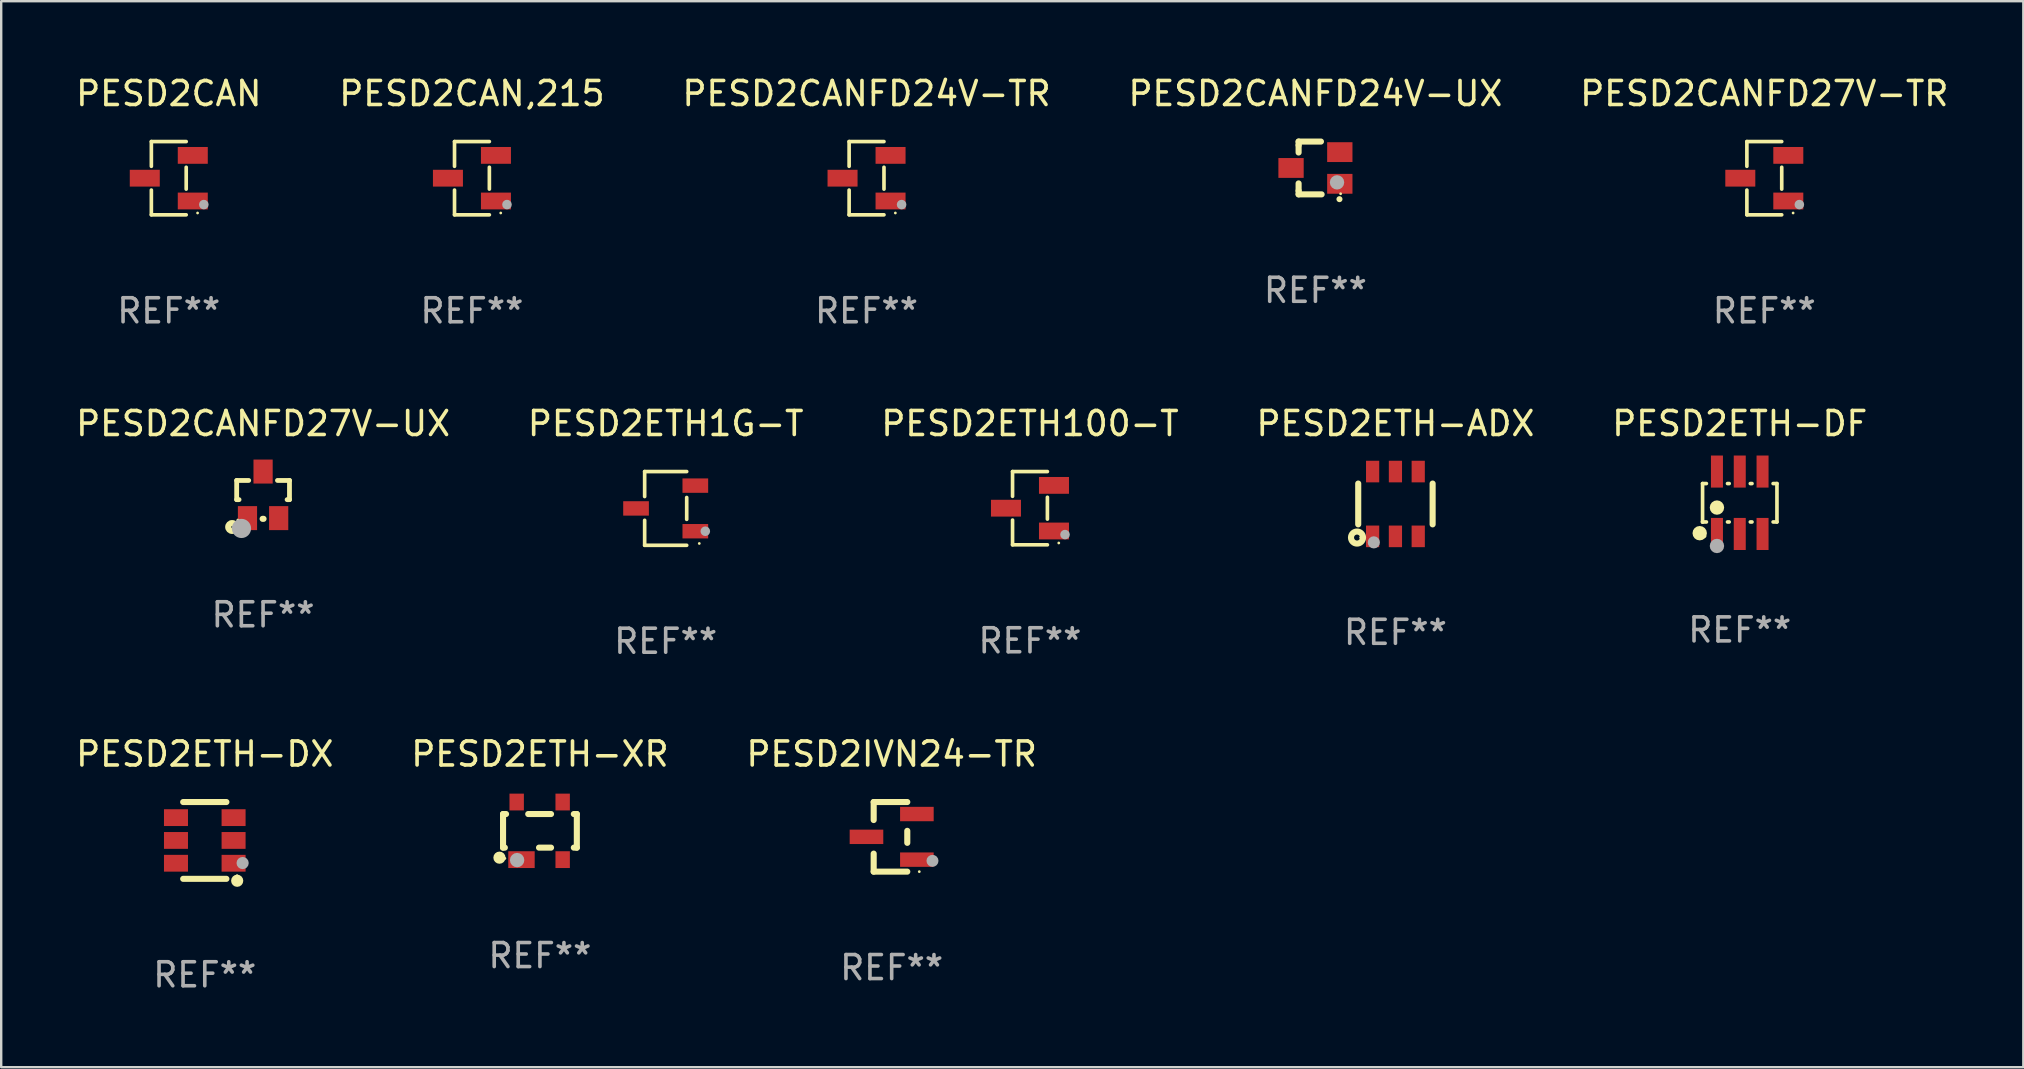
<source format=kicad_pcb>
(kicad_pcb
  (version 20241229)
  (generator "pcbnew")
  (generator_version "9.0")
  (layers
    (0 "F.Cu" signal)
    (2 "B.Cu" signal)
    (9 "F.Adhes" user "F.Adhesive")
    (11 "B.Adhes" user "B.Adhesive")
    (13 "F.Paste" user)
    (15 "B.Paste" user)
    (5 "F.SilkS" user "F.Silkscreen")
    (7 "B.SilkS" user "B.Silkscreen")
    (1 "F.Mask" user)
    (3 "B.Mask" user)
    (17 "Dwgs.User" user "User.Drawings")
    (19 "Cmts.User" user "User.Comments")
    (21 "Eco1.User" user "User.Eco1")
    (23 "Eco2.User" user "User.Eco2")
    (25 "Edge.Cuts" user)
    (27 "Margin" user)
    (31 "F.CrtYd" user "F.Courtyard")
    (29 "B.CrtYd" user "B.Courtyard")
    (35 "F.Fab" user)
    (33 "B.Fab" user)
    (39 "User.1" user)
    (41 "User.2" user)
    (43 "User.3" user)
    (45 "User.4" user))
  (footprint "PESD2CANFD27V-UX"
    (layer "F.Cu")
    (at 7.911 17.582)
    (property "Reference" "PESD2CANFD27V-UX" (at 0 -2.985 0) (layer "F.SilkS") (effects (font (size 1 1) (thickness 0.15))))
    (attr through_hole)
    (fp_line (start -1.1 -0.615) (end -0.599 -0.615) (stroke (width 0.2) (type solid)) (layer "F.SilkS"))
    (fp_line (start -1.1 0.185) (end -1.1 -0.615) (stroke (width 0.2) (type solid)) (layer "F.SilkS"))
    (fp_line (start -1.001 0.185) (end -1.1 0.185) (stroke (width 0.2) (type solid)) (layer "F.SilkS"))
    (fp_line (start -0.019 0.985) (end 0.019 0.985) (stroke (width 0.254) (type solid)) (layer "F.SilkS"))
    (fp_line (start 1.001 0.185) (end 1.1 0.185) (stroke (width 0.2) (type solid)) (layer "F.SilkS"))
    (fp_line (start 1.1 -0.615) (end 0.599 -0.615) (stroke (width 0.2) (type solid)) (layer "F.SilkS"))
    (fp_line (start 1.1 0.185) (end 1.1 -0.615) (stroke (width 0.2) (type solid)) (layer "F.SilkS"))
    (fp_circle (center -1.29 1.325) (end -1.254 1.325) (stroke (width 0.254) (type solid)) (fill no) (layer "F.SilkS"))
    (fp_circle (center -1.05 1.035) (end -1.02 1.035) (stroke (width 0.06) (type solid)) (fill no) (layer "F.SilkS"))
    (fp_circle (center -0.9 1.385) (end -0.7 1.385) (stroke (width 0.4) (type solid)) (fill no) (layer "F.Fab"))
    (fp_text user "REF**" (at 0 4.985 0) (layer "F.Fab") (effects (font (size 1 1) (thickness 0.15))))
    (pad "1" smd rect (at -0.65 0.955) (size 0.8 1) (layers "F.Cu" "F.Mask" "F.Paste"))
    (pad "2" smd rect (at 0.65 0.955) (size 0.8 1) (layers "F.Cu" "F.Mask" "F.Paste"))
    (pad "3" smd rect (at 0.000254 -0.985) (size 0.8 1) (layers "F.Cu" "F.Mask" "F.Paste")))
  (footprint "PESD2ETH-ADX"
    (layer "F.Cu")
    (at 55.089 17.947)
    (property "Reference" "PESD2ETH-ADX" (at 0 -3.35 0) (layer "F.SilkS") (effects (font (size 1 1) (thickness 0.15))))
    (attr through_hole)
    (fp_line (start -1.55 0.85) (end -1.55 -0.85) (stroke (width 0.254) (type solid)) (layer "F.SilkS"))
    (fp_line (start 1.55 -0.85) (end 1.55 0.85) (stroke (width 0.254) (type solid)) (layer "F.SilkS"))
    (fp_circle (center -1.6 1.4) (end -1.476 1.4) (stroke (width 0.254) (type solid)) (fill no) (layer "F.SilkS"))
    (fp_circle (center -1.45 1.4) (end -1.42 1.4) (stroke (width 0.06) (type solid)) (fill no) (layer "F.SilkS"))
    (fp_circle (center -0.9 1.6) (end -0.773 1.6) (stroke (width 0.254) (type solid)) (fill no) (layer "F.Fab"))
    (fp_text user "REF**" (at 0 5.35 0) (layer "F.Fab") (effects (font (size 1 1) (thickness 0.15))))
    (pad "1" smd rect (at -0.95 1.35) (size 0.551 0.9) (layers "F.Cu" "F.Mask" "F.Paste"))
    (pad "2" smd rect (at 0.000127 1.35) (size 0.551 0.9) (layers "F.Cu" "F.Mask" "F.Paste"))
    (pad "3" smd rect (at 0.95 1.35) (size 0.551 0.9) (layers "F.Cu" "F.Mask" "F.Paste"))
    (pad "4" smd rect (at 0.95 -1.35) (size 0.55 0.9) (layers "F.Cu" "F.Mask" "F.Paste"))
    (pad "5" smd rect (at 0.000127 -1.35) (size 0.55 0.9) (layers "F.Cu" "F.Mask" "F.Paste"))
    (pad "6" smd rect (at -0.95 -1.35) (size 0.55 0.9) (layers "F.Cu" "F.Mask" "F.Paste")))
  (footprint "PESD2ETH1G-T"
    (layer "F.Cu")
    (at 24.685 18.133)
    (property "Reference" "PESD2ETH1G-T" (at 0 -3.536 0) (layer "F.SilkS") (effects (font (size 1 1) (thickness 0.15))))
    (attr through_hole)
    (fp_line (start -0.876 -1.536) (end -0.876 -0.495) (stroke (width 0.152) (type solid)) (layer "F.SilkS"))
    (fp_line (start -0.876 1.536) (end -0.876 0.495) (stroke (width 0.152) (type solid)) (layer "F.SilkS"))
    (fp_line (start 0.876 -1.536) (end -0.876 -1.536) (stroke (width 0.152) (type solid)) (layer "F.SilkS"))
    (fp_line (start 0.876 -0.455) (end 0.876 0.455) (stroke (width 0.152) (type solid)) (layer "F.SilkS"))
    (fp_line (start 0.876 1.536) (end -0.876 1.536) (stroke (width 0.152) (type solid)) (layer "F.SilkS"))
    (fp_circle (center 1.4 1.46) (end 1.43 1.46) (stroke (width 0.06) (type solid)) (fill no) (layer "F.SilkS"))
    (fp_circle (center 1.651 0.95) (end 1.751 0.95) (stroke (width 0.2) (type solid)) (fill no) (layer "F.Fab"))
    (fp_text user "REF**" (at 0 5.536 0) (layer "F.Fab") (effects (font (size 1 1) (thickness 0.15))))
    (pad "1" smd rect (at 1.235 0.95) (size 1.07 0.6) (layers "F.Cu" "F.Mask" "F.Paste"))
    (pad "2" smd rect (at 1.235 -0.95) (size 1.07 0.6) (layers "F.Cu" "F.Mask" "F.Paste"))
    (pad "3" smd rect (at -1.235 0) (size 1.07 0.6) (layers "F.Cu" "F.Mask" "F.Paste")))
  (footprint "PESD2ETH-DF"
    (layer "F.Cu")
    (at 69.435 17.897)
    (property "Reference" "PESD2ETH-DF" (at 0 -3.3 0) (layer "F.SilkS") (effects (font (size 1 1) (thickness 0.15))))
    (attr through_hole)
    (fp_line (start -1.55 -0.8) (end -1.39 -0.8) (stroke (width 0.152) (type solid)) (layer "F.SilkS"))
    (fp_line (start -1.549 0.8) (end -1.549 -0.8) (stroke (width 0.152) (type solid)) (layer "F.SilkS"))
    (fp_line (start -1.549 0.8) (end -1.549 0.8) (stroke (width 0.152) (type solid)) (layer "F.SilkS"))
    (fp_line (start -1.389 0.8) (end -1.549 0.8) (stroke (width 0.152) (type solid)) (layer "F.SilkS"))
    (fp_line (start -0.51 -0.8) (end -0.44 -0.8) (stroke (width 0.152) (type solid)) (layer "F.SilkS"))
    (fp_line (start -0.44 0.8) (end -0.51 0.8) (stroke (width 0.152) (type solid)) (layer "F.SilkS"))
    (fp_line (start 0.44 -0.8) (end 0.51 -0.8) (stroke (width 0.152) (type solid)) (layer "F.SilkS"))
    (fp_line (start 0.51 0.8) (end 0.44 0.8) (stroke (width 0.152) (type solid)) (layer "F.SilkS"))
    (fp_line (start 1.39 -0.8) (end 1.55 -0.8) (stroke (width 0.152) (type solid)) (layer "F.SilkS"))
    (fp_line (start 1.55 -0.8) (end 1.55 0.8) (stroke (width 0.152) (type solid)) (layer "F.SilkS"))
    (fp_line (start 1.55 0.8) (end 1.39 0.8) (stroke (width 0.152) (type solid)) (layer "F.SilkS"))
    (fp_circle (center -1.668 1.268) (end -1.518 1.268) (stroke (width 0.3) (type solid)) (fill no) (layer "F.SilkS"))
    (fp_circle (center -1.45 1.4) (end -1.42 1.4) (stroke (width 0.06) (type solid)) (fill no) (layer "F.SilkS"))
    (fp_circle (center -0.95 0.2) (end -0.8 0.2) (stroke (width 0.3) (type solid)) (fill no) (layer "F.SilkS"))
    (fp_circle (center -0.95 1.8) (end -0.8 1.8) (stroke (width 0.3) (type solid)) (fill no) (layer "F.Fab"))
    (fp_text user "REF**" (at 0 5.3 0) (layer "F.Fab") (effects (font (size 1 1) (thickness 0.15))))
    (pad "1" smd rect (at -0.95 1.3) (size 0.5 1.336) (layers "F.Cu" "F.Mask" "F.Paste"))
    (pad "2" smd rect (at -0.000013 1.3) (size 0.5 1.336) (layers "F.Cu" "F.Mask" "F.Paste"))
    (pad "3" smd rect (at 0.95 1.3) (size 0.5 1.336) (layers "F.Cu" "F.Mask" "F.Paste"))
    (pad "4" smd rect (at 0.95 -1.3) (size 0.5 1.336) (layers "F.Cu" "F.Mask" "F.Paste"))
    (pad "5" smd rect (at -0.000013 -1.3) (size 0.5 1.336) (layers "F.Cu" "F.Mask" "F.Paste"))
    (pad "6" smd rect (at -0.95 -1.3) (size 0.5 1.336) (layers "F.Cu" "F.Mask" "F.Paste")))
  (footprint "PESD2CANFD24V-UX"
    (layer "F.Cu")
    (at 51.756 3.948)
    (property "Reference" "PESD2CANFD24V-UX" (at 0 -3.1 0) (layer "F.SilkS") (effects (font (size 1 1) (thickness 0.15))))
    (attr through_hole)
    (fp_line (start -0.701 -0.95) (end -0.701 -1.1) (stroke (width 0.254) (type solid)) (layer "F.SilkS"))
    (fp_line (start -0.701 -0.644) (end -0.701 -0.95) (stroke (width 0.254) (type solid)) (layer "F.SilkS"))
    (fp_line (start -0.701 0.95) (end -0.701 0.644) (stroke (width 0.254) (type solid)) (layer "F.SilkS"))
    (fp_line (start -0.701 0.95) (end -0.701 1.1) (stroke (width 0.254) (type solid)) (layer "F.SilkS"))
    (fp_line (start -0.7 -1.1) (end 0.23 -1.1) (stroke (width 0.254) (type solid)) (layer "F.SilkS"))
    (fp_line (start -0.7 1.1) (end 0.258 1.1) (stroke (width 0.254) (type solid)) (layer "F.SilkS"))
    (fp_arc (start 1 1.3) (mid 1.00127 1.299994) (end 1.00254 1.3) (stroke (width 0.24892) (type solid)) (layer "F.SilkS"))
    (fp_circle (center 1.05 1.075) (end 1.08 1.075) (stroke (width 0.06) (type solid)) (fill no) (layer "F.SilkS"))
    (fp_circle (center 0.9 0.6) (end 1.05 0.6) (stroke (width 0.3) (type solid)) (fill no) (layer "F.Fab"))
    (fp_text user "REF**" (at 0 5.1 0) (layer "F.Fab") (effects (font (size 1 1) (thickness 0.15))))
    (pad "1" smd rect (at 1.016 0.66) (size 1.054 0.826) (layers "F.Cu" "F.Mask" "F.Paste"))
    (pad "2" smd rect (at 1.016 -0.66) (size 1.054 0.826) (layers "F.Cu" "F.Mask" "F.Paste"))
    (pad "3" smd rect (at -1.016 0) (size 1.054 0.826) (layers "F.Cu" "F.Mask" "F.Paste")))
  (footprint "PESD2ETH-DX"
    (layer "F.Cu")
    (at 5.482 31.966)
    (property "Reference" "PESD2ETH-DX" (at 0 -3.6 0) (layer "F.SilkS") (effects (font (size 1 1) (thickness 0.15))))
    (attr through_hole)
    (fp_line (start -0.9 -1.6) (end 0.9 -1.6) (stroke (width 0.254) (type solid)) (layer "F.SilkS"))
    (fp_line (start -0.9 1.6) (end 0.9 1.6) (stroke (width 0.254) (type solid)) (layer "F.SilkS"))
    (fp_circle (center 1.345 1.47) (end 1.375 1.47) (stroke (width 0.06) (type solid)) (fill no) (layer "F.SilkS"))
    (fp_circle (center 1.35 1.68) (end 1.477 1.68) (stroke (width 0.254) (type solid)) (fill no) (layer "F.SilkS"))
    (fp_circle (center 1.577 0.942) (end 1.704 0.942) (stroke (width 0.254) (type solid)) (fill no) (layer "F.Fab"))
    (fp_text user "REF**" (at 0 5.6 0) (layer "F.Fab") (effects (font (size 1 1) (thickness 0.15))))
    (pad "1" smd rect (at 1.2 0.95) (size 1 0.7) (layers "F.Cu" "F.Mask" "F.Paste"))
    (pad "2" smd rect (at 1.2 0.000102) (size 1 0.7) (layers "F.Cu" "F.Mask" "F.Paste"))
    (pad "3" smd rect (at 1.2 -0.95) (size 1 0.7) (layers "F.Cu" "F.Mask" "F.Paste"))
    (pad "4" smd rect (at -1.2 -0.95) (size 1 0.7) (layers "F.Cu" "F.Mask" "F.Paste"))
    (pad "5" smd rect (at -1.2 0.000102) (size 1 0.7) (layers "F.Cu" "F.Mask" "F.Paste"))
    (pad "6" smd rect (at -1.2 0.95) (size 1 0.7) (layers "F.Cu" "F.Mask" "F.Paste")))
  (footprint "PESD2CANFD27V-TR"
    (layer "F.Cu")
    (at 70.458 4.374)
    (property "Reference" "PESD2CANFD27V-TR" (at 0 -3.526 0) (layer "F.SilkS") (effects (font (size 1 1) (thickness 0.15))))
    (attr through_hole)
    (fp_line (start -0.726 -1.526) (end -0.726 -0.495) (stroke (width 0.152) (type solid)) (layer "F.SilkS"))
    (fp_line (start -0.726 1.526) (end -0.726 0.495) (stroke (width 0.152) (type solid)) (layer "F.SilkS"))
    (fp_line (start 0.726 -1.526) (end -0.726 -1.526) (stroke (width 0.152) (type solid)) (layer "F.SilkS"))
    (fp_line (start 0.726 -0.455) (end 0.726 0.455) (stroke (width 0.152) (type solid)) (layer "F.SilkS"))
    (fp_line (start 0.726 1.526) (end -0.726 1.526) (stroke (width 0.152) (type solid)) (layer "F.SilkS"))
    (fp_circle (center 1.2 1.45) (end 1.23 1.45) (stroke (width 0.06) (type solid)) (fill no) (layer "F.SilkS"))
    (fp_circle (center 1.46 1.1) (end 1.56 1.1) (stroke (width 0.2) (type solid)) (fill no) (layer "F.Fab"))
    (fp_text user "REF**" (at 0 5.526 0) (layer "F.Fab") (effects (font (size 1 1) (thickness 0.15))))
    (pad "1" smd rect (at 1 0.95) (size 1.25 0.7) (layers "F.Cu" "F.Mask" "F.Paste"))
    (pad "2" smd rect (at 1 -0.95) (size 1.25 0.7) (layers "F.Cu" "F.Mask" "F.Paste"))
    (pad "3" smd rect (at -1 0) (size 1.25 0.7) (layers "F.Cu" "F.Mask" "F.Paste")))
  (footprint "PESD2CAN,215"
    (layer "F.Cu")
    (at 16.613 4.374)
    (property "Reference" "PESD2CAN,215" (at 0 -3.526 0) (layer "F.SilkS") (effects (font (size 1 1) (thickness 0.15))))
    (attr through_hole)
    (fp_line (start -0.726 -1.526) (end -0.726 -0.495) (stroke (width 0.152) (type solid)) (layer "F.SilkS"))
    (fp_line (start -0.726 1.526) (end -0.726 0.495) (stroke (width 0.152) (type solid)) (layer "F.SilkS"))
    (fp_line (start 0.726 -1.526) (end -0.726 -1.526) (stroke (width 0.152) (type solid)) (layer "F.SilkS"))
    (fp_line (start 0.726 -0.455) (end 0.726 0.455) (stroke (width 0.152) (type solid)) (layer "F.SilkS"))
    (fp_line (start 0.726 1.526) (end -0.726 1.526) (stroke (width 0.152) (type solid)) (layer "F.SilkS"))
    (fp_circle (center 1.2 1.45) (end 1.23 1.45) (stroke (width 0.06) (type solid)) (fill no) (layer "F.SilkS"))
    (fp_circle (center 1.46 1.1) (end 1.56 1.1) (stroke (width 0.2) (type solid)) (fill no) (layer "F.Fab"))
    (fp_text user "REF**" (at 0 5.526 0) (layer "F.Fab") (effects (font (size 1 1) (thickness 0.15))))
    (pad "1" smd rect (at 1 0.95) (size 1.25 0.7) (layers "F.Cu" "F.Mask" "F.Paste"))
    (pad "2" smd rect (at 1 -0.95) (size 1.25 0.7) (layers "F.Cu" "F.Mask" "F.Paste"))
    (pad "3" smd rect (at -1 0) (size 1.25 0.7) (layers "F.Cu" "F.Mask" "F.Paste")))
  (footprint "PESD2ETH100-T"
    (layer "F.Cu")
    (at 39.863 18.123)
    (property "Reference" "PESD2ETH100-T" (at 0 -3.526 0) (layer "F.SilkS") (effects (font (size 1 1) (thickness 0.15))))
    (attr through_hole)
    (fp_line (start -0.726 -1.526) (end -0.726 -0.495) (stroke (width 0.152) (type solid)) (layer "F.SilkS"))
    (fp_line (start -0.726 1.526) (end -0.726 0.495) (stroke (width 0.152) (type solid)) (layer "F.SilkS"))
    (fp_line (start 0.726 -1.526) (end -0.726 -1.526) (stroke (width 0.152) (type solid)) (layer "F.SilkS"))
    (fp_line (start 0.726 -0.455) (end 0.726 0.455) (stroke (width 0.152) (type solid)) (layer "F.SilkS"))
    (fp_line (start 0.726 1.526) (end -0.726 1.526) (stroke (width 0.152) (type solid)) (layer "F.SilkS"))
    (fp_circle (center 1.2 1.45) (end 1.23 1.45) (stroke (width 0.06) (type solid)) (fill no) (layer "F.SilkS"))
    (fp_circle (center 1.46 1.1) (end 1.56 1.1) (stroke (width 0.2) (type solid)) (fill no) (layer "F.Fab"))
    (fp_text user "REF**" (at 0 5.526 0) (layer "F.Fab") (effects (font (size 1 1) (thickness 0.15))))
    (pad "1" smd rect (at 1 0.95) (size 1.25 0.7) (layers "F.Cu" "F.Mask" "F.Paste"))
    (pad "2" smd rect (at 1 -0.95) (size 1.25 0.7) (layers "F.Cu" "F.Mask" "F.Paste"))
    (pad "3" smd rect (at -1 0) (size 1.25 0.7) (layers "F.Cu" "F.Mask" "F.Paste")))
  (footprint "PESD2CANFD24V-TR"
    (layer "F.Cu")
    (at 33.054 4.374)
    (property "Reference" "PESD2CANFD24V-TR" (at 0 -3.526 0) (layer "F.SilkS") (effects (font (size 1 1) (thickness 0.15))))
    (attr through_hole)
    (fp_line (start -0.726 -1.526) (end -0.726 -0.495) (stroke (width 0.152) (type solid)) (layer "F.SilkS"))
    (fp_line (start -0.726 1.526) (end -0.726 0.495) (stroke (width 0.152) (type solid)) (layer "F.SilkS"))
    (fp_line (start 0.726 -1.526) (end -0.726 -1.526) (stroke (width 0.152) (type solid)) (layer "F.SilkS"))
    (fp_line (start 0.726 -0.455) (end 0.726 0.455) (stroke (width 0.152) (type solid)) (layer "F.SilkS"))
    (fp_line (start 0.726 1.526) (end -0.726 1.526) (stroke (width 0.152) (type solid)) (layer "F.SilkS"))
    (fp_circle (center 1.2 1.45) (end 1.23 1.45) (stroke (width 0.06) (type solid)) (fill no) (layer "F.SilkS"))
    (fp_circle (center 1.46 1.1) (end 1.56 1.1) (stroke (width 0.2) (type solid)) (fill no) (layer "F.Fab"))
    (fp_text user "REF**" (at 0 5.526 0) (layer "F.Fab") (effects (font (size 1 1) (thickness 0.15))))
    (pad "1" smd rect (at 1 0.95) (size 1.25 0.7) (layers "F.Cu" "F.Mask" "F.Paste"))
    (pad "2" smd rect (at 1 -0.95) (size 1.25 0.7) (layers "F.Cu" "F.Mask" "F.Paste"))
    (pad "3" smd rect (at -1 0) (size 1.25 0.7) (layers "F.Cu" "F.Mask" "F.Paste")))
  (footprint "PESD2ETH-XR"
    (layer "F.Cu")
    (at 19.446 31.566)
    (property "Reference" "PESD2ETH-XR" (at 0 -3.2 0) (layer "F.SilkS") (effects (font (size 1 1) (thickness 0.15))))
    (attr through_hole)
    (fp_line (start -1.537 -0.7) (end -1.412 -0.7) (stroke (width 0.254) (type solid)) (layer "F.SilkS"))
    (fp_line (start -1.537 0.7) (end -1.537 -0.7) (stroke (width 0.254) (type solid)) (layer "F.SilkS"))
    (fp_line (start -1.537 0.7) (end -1.462 0.7) (stroke (width 0.254) (type solid)) (layer "F.SilkS"))
    (fp_line (start -0.488 -0.7) (end 0.462 -0.7) (stroke (width 0.254) (type solid)) (layer "F.SilkS"))
    (fp_line (start -0.038 0.7) (end 0.462 0.7) (stroke (width 0.254) (type solid)) (layer "F.SilkS"))
    (fp_line (start 1.412 -0.7) (end 1.537 -0.7) (stroke (width 0.254) (type solid)) (layer "F.SilkS"))
    (fp_line (start 1.412 0.7) (end 1.537 0.7) (stroke (width 0.254) (type solid)) (layer "F.SilkS"))
    (fp_line (start 1.537 0.7) (end 1.537 -0.7) (stroke (width 0.254) (type solid)) (layer "F.SilkS"))
    (fp_circle (center -1.687 1.118) (end -1.56 1.118) (stroke (width 0.254) (type solid)) (fill no) (layer "F.SilkS"))
    (fp_circle (center -1.461 1.15) (end -1.431 1.15) (stroke (width 0.06) (type solid)) (fill no) (layer "F.SilkS"))
    (fp_circle (center -0.951 1.219) (end -0.801 1.219) (stroke (width 0.3) (type solid)) (fill no) (layer "F.Fab"))
    (fp_text user "REF**" (at 0 5.2 0) (layer "F.Fab") (effects (font (size 1 1) (thickness 0.15))))
    (pad "1" smd rect (at -0.769 1.2) (size 1.1 0.7) (layers "F.Cu" "F.Mask" "F.Paste"))
    (pad "2" smd rect (at 0.947 1.2) (size 0.6 0.7) (layers "F.Cu" "F.Mask" "F.Paste"))
    (pad "3" smd rect (at 0.947 -1.2) (size 0.6 0.7) (layers "F.Cu" "F.Mask" "F.Paste"))
    (pad "4" smd rect (at -0.969 -1.2) (size 0.6 0.7) (layers "F.Cu" "F.Mask" "F.Paste")))
  (footprint "PESD2IVN24-TR"
    (layer "F.Cu")
    (at 34.101 31.816)
    (property "Reference" "PESD2IVN24-TR" (at 0 -3.45 0) (layer "F.SilkS") (effects (font (size 1 1) (thickness 0.15))))
    (attr through_hole)
    (fp_line (start -0.75 -1.45) (end 0.65 -1.45) (stroke (width 0.254) (type solid)) (layer "F.SilkS"))
    (fp_line (start -0.75 -0.7) (end -0.75 -1.45) (stroke (width 0.254) (type solid)) (layer "F.SilkS"))
    (fp_line (start -0.75 1.45) (end -0.75 0.7) (stroke (width 0.254) (type solid)) (layer "F.SilkS"))
    (fp_line (start -0.75 1.45) (end 0.65 1.45) (stroke (width 0.254) (type solid)) (layer "F.SilkS"))
    (fp_line (start 0.65 0.25) (end 0.65 -0.25) (stroke (width 0.254) (type solid)) (layer "F.SilkS"))
    (fp_circle (center 1.15 1.45) (end 1.18 1.45) (stroke (width 0.06) (type solid)) (fill no) (layer "F.SilkS"))
    (fp_circle (center 1.7 1) (end 1.825 1) (stroke (width 0.25) (type solid)) (fill no) (layer "F.Fab"))
    (fp_text user "REF**" (at 0 5.45 0) (layer "F.Fab") (effects (font (size 1 1) (thickness 0.15))))
    (pad "1" smd rect (at 1.05 0.95) (size 1.4 0.6) (layers "F.Cu" "F.Mask" "F.Paste"))
    (pad "2" smd rect (at 1.05 -0.95) (size 1.4 0.6) (layers "F.Cu" "F.Mask" "F.Paste"))
    (pad "3" smd rect (at -1.05 0) (size 1.4 0.6) (layers "F.Cu" "F.Mask" "F.Paste")))
  (footprint "PESD2CAN"
    (layer "F.Cu")
    (at 3.982 4.374)
    (property "Reference" "PESD2CAN" (at 0 -3.526 0) (layer "F.SilkS") (effects (font (size 1 1) (thickness 0.15))))
    (attr through_hole)
    (fp_line (start -0.726 -1.526) (end -0.726 -0.495) (stroke (width 0.152) (type solid)) (layer "F.SilkS"))
    (fp_line (start -0.726 1.526) (end -0.726 0.495) (stroke (width 0.152) (type solid)) (layer "F.SilkS"))
    (fp_line (start 0.726 -1.526) (end -0.726 -1.526) (stroke (width 0.152) (type solid)) (layer "F.SilkS"))
    (fp_line (start 0.726 -0.455) (end 0.726 0.455) (stroke (width 0.152) (type solid)) (layer "F.SilkS"))
    (fp_line (start 0.726 1.526) (end -0.726 1.526) (stroke (width 0.152) (type solid)) (layer "F.SilkS"))
    (fp_circle (center 1.2 1.45) (end 1.23 1.45) (stroke (width 0.06) (type solid)) (fill no) (layer "F.SilkS"))
    (fp_circle (center 1.46 1.1) (end 1.56 1.1) (stroke (width 0.2) (type solid)) (fill no) (layer "F.Fab"))
    (fp_text user "REF**" (at 0 5.526 0) (layer "F.Fab") (effects (font (size 1 1) (thickness 0.15))))
    (pad "1" smd rect (at 1 0.95) (size 1.25 0.7) (layers "F.Cu" "F.Mask" "F.Paste"))
    (pad "2" smd rect (at 1 -0.95) (size 1.25 0.7) (layers "F.Cu" "F.Mask" "F.Paste"))
    (pad "3" smd rect (at -1 0) (size 1.25 0.7) (layers "F.Cu" "F.Mask" "F.Paste")))
  (gr_rect
    (start -3 -3)
    (end 81.25 41.414)
    (stroke (width 0.1) (type default))
    (fill no)
    (layer "Edge.Cuts")))
</source>
